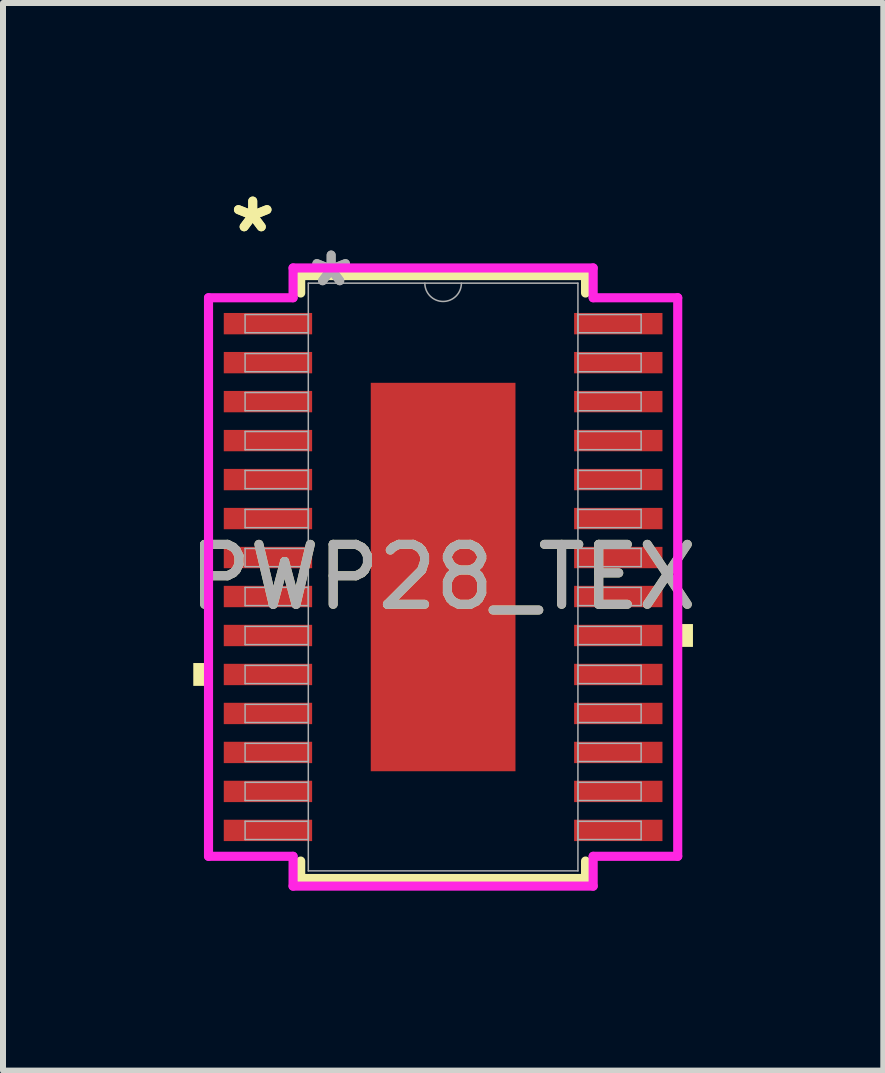
<source format=kicad_pcb>
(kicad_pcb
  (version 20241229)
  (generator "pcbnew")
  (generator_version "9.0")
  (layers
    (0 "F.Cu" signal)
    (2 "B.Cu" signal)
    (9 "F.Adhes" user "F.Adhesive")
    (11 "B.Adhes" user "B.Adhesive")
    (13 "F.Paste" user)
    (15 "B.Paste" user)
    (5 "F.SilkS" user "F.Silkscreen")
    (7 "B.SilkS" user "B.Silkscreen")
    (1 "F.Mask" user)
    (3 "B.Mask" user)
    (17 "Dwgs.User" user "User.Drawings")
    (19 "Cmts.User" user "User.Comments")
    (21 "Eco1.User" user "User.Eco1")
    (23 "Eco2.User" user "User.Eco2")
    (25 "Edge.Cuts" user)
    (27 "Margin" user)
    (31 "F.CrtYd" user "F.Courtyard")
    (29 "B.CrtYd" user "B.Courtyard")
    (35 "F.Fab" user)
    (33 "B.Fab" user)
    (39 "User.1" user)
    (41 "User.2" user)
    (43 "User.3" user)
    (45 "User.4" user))
  (footprint "PWP28_TEX"
    (layer "F.Cu")
    (at 4.339 6.572)
    (property "Reference" "PWP28_TEX" (at 0 0 0) (unlocked yes) (layer "F.SilkS") (effects (font (size 1 1) (thickness 0.15))))
    (attr smd)
    (fp_line (start -2.375 -5.027) (end -2.375 -4.736) (stroke (width 0.152) (type solid)) (layer "F.SilkS"))
    (fp_line (start -2.375 4.736) (end -2.375 5.027) (stroke (width 0.152) (type solid)) (layer "F.SilkS"))
    (fp_line (start -2.375 5.027) (end 2.375 5.027) (stroke (width 0.152) (type solid)) (layer "F.SilkS"))
    (fp_line (start 2.375 -5.027) (end -2.375 -5.027) (stroke (width 0.152) (type solid)) (layer "F.SilkS"))
    (fp_line (start 2.375 -4.736) (end 2.375 -5.027) (stroke (width 0.152) (type solid)) (layer "F.SilkS"))
    (fp_line (start 2.375 5.027) (end 2.375 4.736) (stroke (width 0.152) (type solid)) (layer "F.SilkS"))
    (fp_poly (pts (xy -4.166 1.434) (xy -4.166 1.815) (xy -3.912 1.815) (xy -3.912 1.434)) (stroke (width 0) (type solid)) (fill yes) (layer "F.SilkS"))
    (fp_poly (pts (xy 4.166 0.784) (xy 4.166 1.165) (xy 3.912 1.165) (xy 3.912 0.784)) (stroke (width 0) (type solid)) (fill yes) (layer "F.SilkS"))
    (fp_poly (pts (xy -1.107 -3.139) (xy -1.107 -2.043) (xy 1.107 -2.043) (xy 1.107 -3.139)) (stroke (width 0) (type solid)) (fill yes) (layer "F.Paste"))
    (fp_poly (pts (xy -1.107 -1.843) (xy -1.107 -0.748) (xy 1.107 -0.748) (xy 1.107 -1.843)) (stroke (width 0) (type solid)) (fill yes) (layer "F.Paste"))
    (fp_poly (pts (xy -1.107 -0.548) (xy -1.107 0.548) (xy 1.107 0.548) (xy 1.107 -0.548)) (stroke (width 0) (type solid)) (fill yes) (layer "F.Paste"))
    (fp_poly (pts (xy -1.107 0.748) (xy -1.107 1.843) (xy 1.107 1.843) (xy 1.107 0.748)) (stroke (width 0) (type solid)) (fill yes) (layer "F.Paste"))
    (fp_poly (pts (xy -1.107 2.043) (xy -1.107 3.139) (xy 1.107 3.139) (xy 1.107 2.043)) (stroke (width 0) (type solid)) (fill yes) (layer "F.Paste"))
    (fp_line (start -3.912 -4.657) (end -2.502 -4.657) (stroke (width 0.152) (type solid)) (layer "F.CrtYd"))
    (fp_line (start -3.912 4.657) (end -3.912 -4.657) (stroke (width 0.152) (type solid)) (layer "F.CrtYd"))
    (fp_line (start -3.912 4.657) (end -2.502 4.657) (stroke (width 0.152) (type solid)) (layer "F.CrtYd"))
    (fp_line (start -2.502 -5.154) (end 2.502 -5.154) (stroke (width 0.152) (type solid)) (layer "F.CrtYd"))
    (fp_line (start -2.502 -4.657) (end -2.502 -5.154) (stroke (width 0.152) (type solid)) (layer "F.CrtYd"))
    (fp_line (start -2.502 5.154) (end -2.502 4.657) (stroke (width 0.152) (type solid)) (layer "F.CrtYd"))
    (fp_line (start 2.502 -5.154) (end 2.502 -4.657) (stroke (width 0.152) (type solid)) (layer "F.CrtYd"))
    (fp_line (start 2.502 4.657) (end 2.502 5.154) (stroke (width 0.152) (type solid)) (layer "F.CrtYd"))
    (fp_line (start 2.502 5.154) (end -2.502 5.154) (stroke (width 0.152) (type solid)) (layer "F.CrtYd"))
    (fp_line (start 3.912 -4.657) (end 2.502 -4.657) (stroke (width 0.152) (type solid)) (layer "F.CrtYd"))
    (fp_line (start 3.912 -4.657) (end 3.912 4.657) (stroke (width 0.152) (type solid)) (layer "F.CrtYd"))
    (fp_line (start 3.912 4.657) (end 2.502 4.657) (stroke (width 0.152) (type solid)) (layer "F.CrtYd"))
    (fp_line (start -3.302 -4.377) (end -3.302 -4.073) (stroke (width 0.025) (type solid)) (layer "F.Fab"))
    (fp_line (start -3.302 -4.073) (end -2.248 -4.073) (stroke (width 0.025) (type solid)) (layer "F.Fab"))
    (fp_line (start -3.302 -3.727) (end -3.302 -3.423) (stroke (width 0.025) (type solid)) (layer "F.Fab"))
    (fp_line (start -3.302 -3.423) (end -2.248 -3.423) (stroke (width 0.025) (type solid)) (layer "F.Fab"))
    (fp_line (start -3.302 -3.077) (end -3.302 -2.773) (stroke (width 0.025) (type solid)) (layer "F.Fab"))
    (fp_line (start -3.302 -2.773) (end -2.248 -2.773) (stroke (width 0.025) (type solid)) (layer "F.Fab"))
    (fp_line (start -3.302 -2.427) (end -3.302 -2.123) (stroke (width 0.025) (type solid)) (layer "F.Fab"))
    (fp_line (start -3.302 -2.123) (end -2.248 -2.123) (stroke (width 0.025) (type solid)) (layer "F.Fab"))
    (fp_line (start -3.302 -1.777) (end -3.302 -1.473) (stroke (width 0.025) (type solid)) (layer "F.Fab"))
    (fp_line (start -3.302 -1.473) (end -2.248 -1.473) (stroke (width 0.025) (type solid)) (layer "F.Fab"))
    (fp_line (start -3.302 -1.127) (end -3.302 -0.823) (stroke (width 0.025) (type solid)) (layer "F.Fab"))
    (fp_line (start -3.302 -0.823) (end -2.248 -0.823) (stroke (width 0.025) (type solid)) (layer "F.Fab"))
    (fp_line (start -3.302 -0.477) (end -3.302 -0.173) (stroke (width 0.025) (type solid)) (layer "F.Fab"))
    (fp_line (start -3.302 -0.173) (end -2.248 -0.173) (stroke (width 0.025) (type solid)) (layer "F.Fab"))
    (fp_line (start -3.302 0.173) (end -3.302 0.477) (stroke (width 0.025) (type solid)) (layer "F.Fab"))
    (fp_line (start -3.302 0.477) (end -2.248 0.477) (stroke (width 0.025) (type solid)) (layer "F.Fab"))
    (fp_line (start -3.302 0.823) (end -3.302 1.127) (stroke (width 0.025) (type solid)) (layer "F.Fab"))
    (fp_line (start -3.302 1.127) (end -2.248 1.127) (stroke (width 0.025) (type solid)) (layer "F.Fab"))
    (fp_line (start -3.302 1.473) (end -3.302 1.777) (stroke (width 0.025) (type solid)) (layer "F.Fab"))
    (fp_line (start -3.302 1.777) (end -2.248 1.777) (stroke (width 0.025) (type solid)) (layer "F.Fab"))
    (fp_line (start -3.302 2.123) (end -3.302 2.427) (stroke (width 0.025) (type solid)) (layer "F.Fab"))
    (fp_line (start -3.302 2.427) (end -2.248 2.427) (stroke (width 0.025) (type solid)) (layer "F.Fab"))
    (fp_line (start -3.302 2.773) (end -3.302 3.077) (stroke (width 0.025) (type solid)) (layer "F.Fab"))
    (fp_line (start -3.302 3.077) (end -2.248 3.077) (stroke (width 0.025) (type solid)) (layer "F.Fab"))
    (fp_line (start -3.302 3.423) (end -3.302 3.727) (stroke (width 0.025) (type solid)) (layer "F.Fab"))
    (fp_line (start -3.302 3.727) (end -2.248 3.727) (stroke (width 0.025) (type solid)) (layer "F.Fab"))
    (fp_line (start -3.302 4.073) (end -3.302 4.377) (stroke (width 0.025) (type solid)) (layer "F.Fab"))
    (fp_line (start -3.302 4.377) (end -2.248 4.377) (stroke (width 0.025) (type solid)) (layer "F.Fab"))
    (fp_line (start -2.248 -4.9) (end -2.248 4.9) (stroke (width 0.025) (type solid)) (layer "F.Fab"))
    (fp_line (start -2.248 -4.377) (end -3.302 -4.377) (stroke (width 0.025) (type solid)) (layer "F.Fab"))
    (fp_line (start -2.248 -4.073) (end -2.248 -4.377) (stroke (width 0.025) (type solid)) (layer "F.Fab"))
    (fp_line (start -2.248 -3.727) (end -3.302 -3.727) (stroke (width 0.025) (type solid)) (layer "F.Fab"))
    (fp_line (start -2.248 -3.423) (end -2.248 -3.727) (stroke (width 0.025) (type solid)) (layer "F.Fab"))
    (fp_line (start -2.248 -3.077) (end -3.302 -3.077) (stroke (width 0.025) (type solid)) (layer "F.Fab"))
    (fp_line (start -2.248 -2.773) (end -2.248 -3.077) (stroke (width 0.025) (type solid)) (layer "F.Fab"))
    (fp_line (start -2.248 -2.427) (end -3.302 -2.427) (stroke (width 0.025) (type solid)) (layer "F.Fab"))
    (fp_line (start -2.248 -2.123) (end -2.248 -2.427) (stroke (width 0.025) (type solid)) (layer "F.Fab"))
    (fp_line (start -2.248 -1.777) (end -3.302 -1.777) (stroke (width 0.025) (type solid)) (layer "F.Fab"))
    (fp_line (start -2.248 -1.473) (end -2.248 -1.777) (stroke (width 0.025) (type solid)) (layer "F.Fab"))
    (fp_line (start -2.248 -1.127) (end -3.302 -1.127) (stroke (width 0.025) (type solid)) (layer "F.Fab"))
    (fp_line (start -2.248 -0.823) (end -2.248 -1.127) (stroke (width 0.025) (type solid)) (layer "F.Fab"))
    (fp_line (start -2.248 -0.477) (end -3.302 -0.477) (stroke (width 0.025) (type solid)) (layer "F.Fab"))
    (fp_line (start -2.248 -0.173) (end -2.248 -0.477) (stroke (width 0.025) (type solid)) (layer "F.Fab"))
    (fp_line (start -2.248 0.173) (end -3.302 0.173) (stroke (width 0.025) (type solid)) (layer "F.Fab"))
    (fp_line (start -2.248 0.477) (end -2.248 0.173) (stroke (width 0.025) (type solid)) (layer "F.Fab"))
    (fp_line (start -2.248 0.823) (end -3.302 0.823) (stroke (width 0.025) (type solid)) (layer "F.Fab"))
    (fp_line (start -2.248 1.127) (end -2.248 0.823) (stroke (width 0.025) (type solid)) (layer "F.Fab"))
    (fp_line (start -2.248 1.473) (end -3.302 1.473) (stroke (width 0.025) (type solid)) (layer "F.Fab"))
    (fp_line (start -2.248 1.777) (end -2.248 1.473) (stroke (width 0.025) (type solid)) (layer "F.Fab"))
    (fp_line (start -2.248 2.123) (end -3.302 2.123) (stroke (width 0.025) (type solid)) (layer "F.Fab"))
    (fp_line (start -2.248 2.427) (end -2.248 2.123) (stroke (width 0.025) (type solid)) (layer "F.Fab"))
    (fp_line (start -2.248 2.773) (end -3.302 2.773) (stroke (width 0.025) (type solid)) (layer "F.Fab"))
    (fp_line (start -2.248 3.077) (end -2.248 2.773) (stroke (width 0.025) (type solid)) (layer "F.Fab"))
    (fp_line (start -2.248 3.423) (end -3.302 3.423) (stroke (width 0.025) (type solid)) (layer "F.Fab"))
    (fp_line (start -2.248 3.727) (end -2.248 3.423) (stroke (width 0.025) (type solid)) (layer "F.Fab"))
    (fp_line (start -2.248 4.073) (end -3.302 4.073) (stroke (width 0.025) (type solid)) (layer "F.Fab"))
    (fp_line (start -2.248 4.377) (end -2.248 4.073) (stroke (width 0.025) (type solid)) (layer "F.Fab"))
    (fp_line (start -2.248 4.9) (end 2.248 4.9) (stroke (width 0.025) (type solid)) (layer "F.Fab"))
    (fp_line (start 2.248 -4.9) (end -2.248 -4.9) (stroke (width 0.025) (type solid)) (layer "F.Fab"))
    (fp_line (start 2.248 -4.377) (end 2.248 -4.073) (stroke (width 0.025) (type solid)) (layer "F.Fab"))
    (fp_line (start 2.248 -4.073) (end 3.302 -4.073) (stroke (width 0.025) (type solid)) (layer "F.Fab"))
    (fp_line (start 2.248 -3.727) (end 2.248 -3.423) (stroke (width 0.025) (type solid)) (layer "F.Fab"))
    (fp_line (start 2.248 -3.423) (end 3.302 -3.423) (stroke (width 0.025) (type solid)) (layer "F.Fab"))
    (fp_line (start 2.248 -3.077) (end 2.248 -2.773) (stroke (width 0.025) (type solid)) (layer "F.Fab"))
    (fp_line (start 2.248 -2.773) (end 3.302 -2.773) (stroke (width 0.025) (type solid)) (layer "F.Fab"))
    (fp_line (start 2.248 -2.427) (end 2.248 -2.123) (stroke (width 0.025) (type solid)) (layer "F.Fab"))
    (fp_line (start 2.248 -2.123) (end 3.302 -2.123) (stroke (width 0.025) (type solid)) (layer "F.Fab"))
    (fp_line (start 2.248 -1.777) (end 2.248 -1.473) (stroke (width 0.025) (type solid)) (layer "F.Fab"))
    (fp_line (start 2.248 -1.473) (end 3.302 -1.473) (stroke (width 0.025) (type solid)) (layer "F.Fab"))
    (fp_line (start 2.248 -1.127) (end 2.248 -0.823) (stroke (width 0.025) (type solid)) (layer "F.Fab"))
    (fp_line (start 2.248 -0.823) (end 3.302 -0.823) (stroke (width 0.025) (type solid)) (layer "F.Fab"))
    (fp_line (start 2.248 -0.477) (end 2.248 -0.173) (stroke (width 0.025) (type solid)) (layer "F.Fab"))
    (fp_line (start 2.248 -0.173) (end 3.302 -0.173) (stroke (width 0.025) (type solid)) (layer "F.Fab"))
    (fp_line (start 2.248 0.173) (end 2.248 0.477) (stroke (width 0.025) (type solid)) (layer "F.Fab"))
    (fp_line (start 2.248 0.477) (end 3.302 0.477) (stroke (width 0.025) (type solid)) (layer "F.Fab"))
    (fp_line (start 2.248 0.823) (end 2.248 1.127) (stroke (width 0.025) (type solid)) (layer "F.Fab"))
    (fp_line (start 2.248 1.127) (end 3.302 1.127) (stroke (width 0.025) (type solid)) (layer "F.Fab"))
    (fp_line (start 2.248 1.473) (end 2.248 1.777) (stroke (width 0.025) (type solid)) (layer "F.Fab"))
    (fp_line (start 2.248 1.777) (end 3.302 1.777) (stroke (width 0.025) (type solid)) (layer "F.Fab"))
    (fp_line (start 2.248 2.123) (end 2.248 2.427) (stroke (width 0.025) (type solid)) (layer "F.Fab"))
    (fp_line (start 2.248 2.427) (end 3.302 2.427) (stroke (width 0.025) (type solid)) (layer "F.Fab"))
    (fp_line (start 2.248 2.773) (end 2.248 3.077) (stroke (width 0.025) (type solid)) (layer "F.Fab"))
    (fp_line (start 2.248 3.077) (end 3.302 3.077) (stroke (width 0.025) (type solid)) (layer "F.Fab"))
    (fp_line (start 2.248 3.423) (end 2.248 3.727) (stroke (width 0.025) (type solid)) (layer "F.Fab"))
    (fp_line (start 2.248 3.727) (end 3.302 3.727) (stroke (width 0.025) (type solid)) (layer "F.Fab"))
    (fp_line (start 2.248 4.073) (end 2.248 4.377) (stroke (width 0.025) (type solid)) (layer "F.Fab"))
    (fp_line (start 2.248 4.377) (end 3.302 4.377) (stroke (width 0.025) (type solid)) (layer "F.Fab"))
    (fp_line (start 2.248 4.9) (end 2.248 -4.9) (stroke (width 0.025) (type solid)) (layer "F.Fab"))
    (fp_line (start 3.302 -4.377) (end 2.248 -4.377) (stroke (width 0.025) (type solid)) (layer "F.Fab"))
    (fp_line (start 3.302 -4.073) (end 3.302 -4.377) (stroke (width 0.025) (type solid)) (layer "F.Fab"))
    (fp_line (start 3.302 -3.727) (end 2.248 -3.727) (stroke (width 0.025) (type solid)) (layer "F.Fab"))
    (fp_line (start 3.302 -3.423) (end 3.302 -3.727) (stroke (width 0.025) (type solid)) (layer "F.Fab"))
    (fp_line (start 3.302 -3.077) (end 2.248 -3.077) (stroke (width 0.025) (type solid)) (layer "F.Fab"))
    (fp_line (start 3.302 -2.773) (end 3.302 -3.077) (stroke (width 0.025) (type solid)) (layer "F.Fab"))
    (fp_line (start 3.302 -2.427) (end 2.248 -2.427) (stroke (width 0.025) (type solid)) (layer "F.Fab"))
    (fp_line (start 3.302 -2.123) (end 3.302 -2.427) (stroke (width 0.025) (type solid)) (layer "F.Fab"))
    (fp_line (start 3.302 -1.777) (end 2.248 -1.777) (stroke (width 0.025) (type solid)) (layer "F.Fab"))
    (fp_line (start 3.302 -1.473) (end 3.302 -1.777) (stroke (width 0.025) (type solid)) (layer "F.Fab"))
    (fp_line (start 3.302 -1.127) (end 2.248 -1.127) (stroke (width 0.025) (type solid)) (layer "F.Fab"))
    (fp_line (start 3.302 -0.823) (end 3.302 -1.127) (stroke (width 0.025) (type solid)) (layer "F.Fab"))
    (fp_line (start 3.302 -0.477) (end 2.248 -0.477) (stroke (width 0.025) (type solid)) (layer "F.Fab"))
    (fp_line (start 3.302 -0.173) (end 3.302 -0.477) (stroke (width 0.025) (type solid)) (layer "F.Fab"))
    (fp_line (start 3.302 0.173) (end 2.248 0.173) (stroke (width 0.025) (type solid)) (layer "F.Fab"))
    (fp_line (start 3.302 0.477) (end 3.302 0.173) (stroke (width 0.025) (type solid)) (layer "F.Fab"))
    (fp_line (start 3.302 0.823) (end 2.248 0.823) (stroke (width 0.025) (type solid)) (layer "F.Fab"))
    (fp_line (start 3.302 1.127) (end 3.302 0.823) (stroke (width 0.025) (type solid)) (layer "F.Fab"))
    (fp_line (start 3.302 1.473) (end 2.248 1.473) (stroke (width 0.025) (type solid)) (layer "F.Fab"))
    (fp_line (start 3.302 1.777) (end 3.302 1.473) (stroke (width 0.025) (type solid)) (layer "F.Fab"))
    (fp_line (start 3.302 2.123) (end 2.248 2.123) (stroke (width 0.025) (type solid)) (layer "F.Fab"))
    (fp_line (start 3.302 2.427) (end 3.302 2.123) (stroke (width 0.025) (type solid)) (layer "F.Fab"))
    (fp_line (start 3.302 2.773) (end 2.248 2.773) (stroke (width 0.025) (type solid)) (layer "F.Fab"))
    (fp_line (start 3.302 3.077) (end 3.302 2.773) (stroke (width 0.025) (type solid)) (layer "F.Fab"))
    (fp_line (start 3.302 3.423) (end 2.248 3.423) (stroke (width 0.025) (type solid)) (layer "F.Fab"))
    (fp_line (start 3.302 3.727) (end 3.302 3.423) (stroke (width 0.025) (type solid)) (layer "F.Fab"))
    (fp_line (start 3.302 4.073) (end 2.248 4.073) (stroke (width 0.025) (type solid)) (layer "F.Fab"))
    (fp_line (start 3.302 4.377) (end 3.302 4.073) (stroke (width 0.025) (type solid)) (layer "F.Fab"))
    (fp_arc (start 0.3048 -4.900001) (mid 0 -4.595201) (end -0.3048 -4.900001) (stroke (width 0.0254) (type solid)) (layer "F.Fab"))
    (fp_text user "*" (at -3.175 -5.724 0) (layer "F.SilkS") (effects (font (size 1 1) (thickness 0.15))))
    (fp_text user "*" (at -3.175 -5.724 0) (unlocked yes) (layer "F.SilkS") (effects (font (size 1 1) (thickness 0.15))))
    (fp_text user "*" (at -1.867 -4.824 0) (layer "F.Fab") (effects (font (size 1 1) (thickness 0.15))))
    (fp_text user "${REFERENCE}" (at 0 0 0) (unlocked yes) (layer "F.Fab") (effects (font (size 1 1) (thickness 0.15))))
    (fp_text user "*" (at -1.867 -4.824 0) (unlocked yes) (layer "F.Fab") (effects (font (size 1 1) (thickness 0.15))))
    (pad "1" smd rect (at -2.921 -4.225) (size 1.473 0.356) (layers "F.Cu" "F.Mask" "F.Paste"))
    (pad "2" smd rect (at -2.921 -3.575) (size 1.473 0.356) (layers "F.Cu" "F.Mask" "F.Paste"))
    (pad "3" smd rect (at -2.921 -2.925) (size 1.473 0.356) (layers "F.Cu" "F.Mask" "F.Paste"))
    (pad "4" smd rect (at -2.921 -2.275) (size 1.473 0.356) (layers "F.Cu" "F.Mask" "F.Paste"))
    (pad "5" smd rect (at -2.921 -1.625) (size 1.473 0.356) (layers "F.Cu" "F.Mask" "F.Paste"))
    (pad "6" smd rect (at -2.921 -0.975) (size 1.473 0.356) (layers "F.Cu" "F.Mask" "F.Paste"))
    (pad "7" smd rect (at -2.921 -0.325) (size 1.473 0.356) (layers "F.Cu" "F.Mask" "F.Paste"))
    (pad "8" smd rect (at -2.921 0.325) (size 1.473 0.356) (layers "F.Cu" "F.Mask" "F.Paste"))
    (pad "9" smd rect (at -2.921 0.975) (size 1.473 0.356) (layers "F.Cu" "F.Mask" "F.Paste"))
    (pad "10" smd rect (at -2.921 1.625) (size 1.473 0.356) (layers "F.Cu" "F.Mask" "F.Paste"))
    (pad "11" smd rect (at -2.921 2.275) (size 1.473 0.356) (layers "F.Cu" "F.Mask" "F.Paste"))
    (pad "12" smd rect (at -2.921 2.925) (size 1.473 0.356) (layers "F.Cu" "F.Mask" "F.Paste"))
    (pad "13" smd rect (at -2.921 3.575) (size 1.473 0.356) (layers "F.Cu" "F.Mask" "F.Paste"))
    (pad "14" smd rect (at -2.921 4.225) (size 1.473 0.356) (layers "F.Cu" "F.Mask" "F.Paste"))
    (pad "15" smd rect (at 2.921 4.225) (size 1.473 0.356) (layers "F.Cu" "F.Mask" "F.Paste"))
    (pad "16" smd rect (at 2.921 3.575) (size 1.473 0.356) (layers "F.Cu" "F.Mask" "F.Paste"))
    (pad "17" smd rect (at 2.921 2.925) (size 1.473 0.356) (layers "F.Cu" "F.Mask" "F.Paste"))
    (pad "18" smd rect (at 2.921 2.275) (size 1.473 0.356) (layers "F.Cu" "F.Mask" "F.Paste"))
    (pad "19" smd rect (at 2.921 1.625) (size 1.473 0.356) (layers "F.Cu" "F.Mask" "F.Paste"))
    (pad "20" smd rect (at 2.921 0.975) (size 1.473 0.356) (layers "F.Cu" "F.Mask" "F.Paste"))
    (pad "21" smd rect (at 2.921 0.325) (size 1.473 0.356) (layers "F.Cu" "F.Mask" "F.Paste"))
    (pad "22" smd rect (at 2.921 -0.325) (size 1.473 0.356) (layers "F.Cu" "F.Mask" "F.Paste"))
    (pad "23" smd rect (at 2.921 -0.975) (size 1.473 0.356) (layers "F.Cu" "F.Mask" "F.Paste"))
    (pad "24" smd rect (at 2.921 -1.625) (size 1.473 0.356) (layers "F.Cu" "F.Mask" "F.Paste"))
    (pad "25" smd rect (at 2.921 -2.275) (size 1.473 0.356) (layers "F.Cu" "F.Mask" "F.Paste"))
    (pad "26" smd rect (at 2.921 -2.925) (size 1.473 0.356) (layers "F.Cu" "F.Mask" "F.Paste"))
    (pad "27" smd rect (at 2.921 -3.575) (size 1.473 0.356) (layers "F.Cu" "F.Mask" "F.Paste"))
    (pad "28" smd rect (at 2.921 -4.225) (size 1.473 0.356) (layers "F.Cu" "F.Mask" "F.Paste"))
    (pad "EPAD" smd rect (at 0 0) (size 2.413 6.477) (layers "F.Cu" "F.Mask")))
  (gr_rect
    (start -3 -3)
    (end 11.679 14.802)
    (stroke (width 0.1) (type default))
    (fill no)
    (layer "Edge.Cuts")))
</source>
